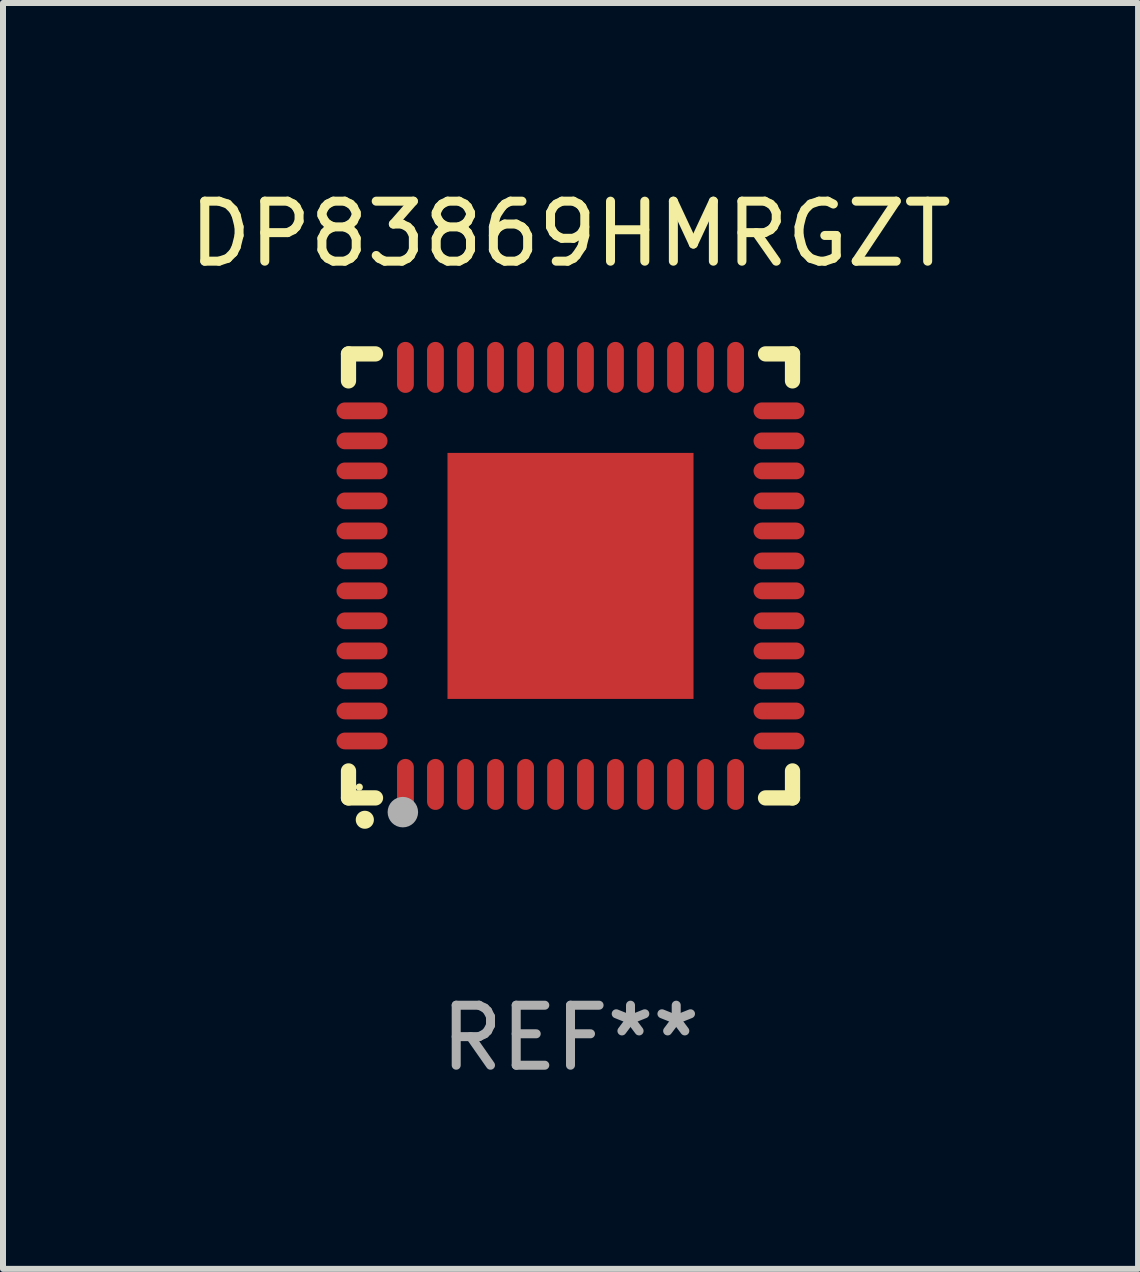
<source format=kicad_pcb>
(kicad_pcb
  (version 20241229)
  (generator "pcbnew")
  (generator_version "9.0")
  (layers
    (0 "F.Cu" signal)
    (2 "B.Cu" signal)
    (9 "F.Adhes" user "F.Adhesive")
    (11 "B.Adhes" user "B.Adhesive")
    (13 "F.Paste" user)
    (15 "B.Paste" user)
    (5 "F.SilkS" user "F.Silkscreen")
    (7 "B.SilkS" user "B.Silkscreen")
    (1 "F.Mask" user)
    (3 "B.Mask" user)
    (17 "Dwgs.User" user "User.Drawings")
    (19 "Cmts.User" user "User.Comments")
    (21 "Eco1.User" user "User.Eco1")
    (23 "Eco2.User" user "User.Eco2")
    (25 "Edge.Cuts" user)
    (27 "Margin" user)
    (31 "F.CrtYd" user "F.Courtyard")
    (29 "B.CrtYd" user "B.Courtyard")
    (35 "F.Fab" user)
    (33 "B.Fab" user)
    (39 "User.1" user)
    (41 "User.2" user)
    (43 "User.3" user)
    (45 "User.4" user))
  (footprint "DP83869HMRGZT"
    (layer "F.Cu")
    (at 6.458 6.548)
    (property "Reference" "DP83869HMRGZT" (at 0 -5.7 0) (layer "F.SilkS") (effects (font (size 1 1) (thickness 0.15))))
    (attr through_hole)
    (fp_line (start -3.7 -3.7) (end -3.25 -3.7) (stroke (width 0.254) (type solid)) (layer "F.SilkS"))
    (fp_line (start -3.7 -3.25) (end -3.7 -3.7) (stroke (width 0.254) (type solid)) (layer "F.SilkS"))
    (fp_line (start -3.7 3.7) (end -3.7 3.25) (stroke (width 0.254) (type solid)) (layer "F.SilkS"))
    (fp_line (start -3.25 3.7) (end -3.7 3.7) (stroke (width 0.254) (type solid)) (layer "F.SilkS"))
    (fp_line (start 3.25 3.7) (end 3.7 3.7) (stroke (width 0.254) (type solid)) (layer "F.SilkS"))
    (fp_line (start 3.7 -3.7) (end 3.25 -3.7) (stroke (width 0.254) (type solid)) (layer "F.SilkS"))
    (fp_line (start 3.7 -3.25) (end 3.7 -3.7) (stroke (width 0.254) (type solid)) (layer "F.SilkS"))
    (fp_line (start 3.7 3.7) (end 3.7 3.25) (stroke (width 0.254) (type solid)) (layer "F.SilkS"))
    (fp_arc (start -3.429108 4.06411) (mid -3.427838 4.064105) (end -3.426568 4.06411) (stroke (width 0.3) (type solid)) (layer "F.SilkS"))
    (fp_circle (center -3.52 3.52) (end -3.49 3.52) (stroke (width 0.06) (type solid)) (fill no) (layer "F.SilkS"))
    (fp_circle (center -2.794 3.937) (end -2.667 3.937) (stroke (width 0.254) (type solid)) (fill no) (layer "F.Fab"))
    (fp_text user "REF**" (at 0 7.7 0) (layer "F.Fab") (effects (font (size 1 1) (thickness 0.15))))
    (pad "1" smd oval (at -2.751 3.475) (size 0.28 0.85) (layers "F.Cu" "F.Mask" "F.Paste"))
    (pad "2" smd oval (at -2.251 3.475) (size 0.28 0.85) (layers "F.Cu" "F.Mask" "F.Paste"))
    (pad "3" smd oval (at -1.75 3.475) (size 0.28 0.85) (layers "F.Cu" "F.Mask" "F.Paste"))
    (pad "4" smd oval (at -1.25 3.475) (size 0.28 0.85) (layers "F.Cu" "F.Mask" "F.Paste"))
    (pad "5" smd oval (at -0.749 3.475) (size 0.28 0.85) (layers "F.Cu" "F.Mask" "F.Paste"))
    (pad "6" smd oval (at -0.249 3.475) (size 0.28 0.85) (layers "F.Cu" "F.Mask" "F.Paste"))
    (pad "7" smd oval (at 0.249 3.475) (size 0.28 0.85) (layers "F.Cu" "F.Mask" "F.Paste"))
    (pad "8" smd oval (at 0.749 3.475) (size 0.28 0.85) (layers "F.Cu" "F.Mask" "F.Paste"))
    (pad "9" smd oval (at 1.25 3.475) (size 0.28 0.85) (layers "F.Cu" "F.Mask" "F.Paste"))
    (pad "10" smd oval (at 1.75 3.475) (size 0.28 0.85) (layers "F.Cu" "F.Mask" "F.Paste"))
    (pad "11" smd oval (at 2.25 3.475) (size 0.28 0.85) (layers "F.Cu" "F.Mask" "F.Paste"))
    (pad "12" smd oval (at 2.751 3.475) (size 0.28 0.85) (layers "F.Cu" "F.Mask" "F.Paste"))
    (pad "13" smd oval (at 3.475 2.751) (size 0.85 0.28) (layers "F.Cu" "F.Mask" "F.Paste"))
    (pad "14" smd oval (at 3.475 2.251) (size 0.85 0.28) (layers "F.Cu" "F.Mask" "F.Paste"))
    (pad "15" smd oval (at 3.475 1.75) (size 0.85 0.28) (layers "F.Cu" "F.Mask" "F.Paste"))
    (pad "16" smd oval (at 3.475 1.25) (size 0.85 0.28) (layers "F.Cu" "F.Mask" "F.Paste"))
    (pad "17" smd oval (at 3.475 0.749) (size 0.85 0.28) (layers "F.Cu" "F.Mask" "F.Paste"))
    (pad "18" smd oval (at 3.475 0.249) (size 0.85 0.28) (layers "F.Cu" "F.Mask" "F.Paste"))
    (pad "19" smd oval (at 3.475 -0.249) (size 0.85 0.28) (layers "F.Cu" "F.Mask" "F.Paste"))
    (pad "20" smd oval (at 3.475 -0.749) (size 0.85 0.28) (layers "F.Cu" "F.Mask" "F.Paste"))
    (pad "21" smd oval (at 3.475 -1.25) (size 0.85 0.28) (layers "F.Cu" "F.Mask" "F.Paste"))
    (pad "22" smd oval (at 3.475 -1.75) (size 0.85 0.28) (layers "F.Cu" "F.Mask" "F.Paste"))
    (pad "23" smd oval (at 3.475 -2.25) (size 0.85 0.28) (layers "F.Cu" "F.Mask" "F.Paste"))
    (pad "24" smd oval (at 3.475 -2.751) (size 0.85 0.28) (layers "F.Cu" "F.Mask" "F.Paste"))
    (pad "25" smd oval (at 2.751 -3.475) (size 0.28 0.85) (layers "F.Cu" "F.Mask" "F.Paste"))
    (pad "26" smd oval (at 2.25 -3.475) (size 0.28 0.85) (layers "F.Cu" "F.Mask" "F.Paste"))
    (pad "27" smd oval (at 1.75 -3.475) (size 0.28 0.85) (layers "F.Cu" "F.Mask" "F.Paste"))
    (pad "28" smd oval (at 1.25 -3.475) (size 0.28 0.85) (layers "F.Cu" "F.Mask" "F.Paste"))
    (pad "29" smd oval (at 0.749 -3.475) (size 0.28 0.85) (layers "F.Cu" "F.Mask" "F.Paste"))
    (pad "30" smd oval (at 0.249 -3.475) (size 0.28 0.85) (layers "F.Cu" "F.Mask" "F.Paste"))
    (pad "31" smd oval (at -0.249 -3.475) (size 0.28 0.85) (layers "F.Cu" "F.Mask" "F.Paste"))
    (pad "32" smd oval (at -0.749 -3.475) (size 0.28 0.85) (layers "F.Cu" "F.Mask" "F.Paste"))
    (pad "33" smd oval (at -1.25 -3.475) (size 0.28 0.85) (layers "F.Cu" "F.Mask" "F.Paste"))
    (pad "34" smd oval (at -1.75 -3.475) (size 0.28 0.85) (layers "F.Cu" "F.Mask" "F.Paste"))
    (pad "35" smd oval (at -2.251 -3.475) (size 0.28 0.85) (layers "F.Cu" "F.Mask" "F.Paste"))
    (pad "36" smd oval (at -2.751 -3.475) (size 0.28 0.85) (layers "F.Cu" "F.Mask" "F.Paste"))
    (pad "37" smd oval (at -3.475 -2.751) (size 0.85 0.28) (layers "F.Cu" "F.Mask" "F.Paste"))
    (pad "38" smd oval (at -3.475 -2.25) (size 0.85 0.28) (layers "F.Cu" "F.Mask" "F.Paste"))
    (pad "39" smd oval (at -3.475 -1.75) (size 0.85 0.28) (layers "F.Cu" "F.Mask" "F.Paste"))
    (pad "40" smd oval (at -3.475 -1.25) (size 0.85 0.28) (layers "F.Cu" "F.Mask" "F.Paste"))
    (pad "41" smd oval (at -3.475 -0.749) (size 0.85 0.28) (layers "F.Cu" "F.Mask" "F.Paste"))
    (pad "42" smd oval (at -3.475 -0.249) (size 0.85 0.28) (layers "F.Cu" "F.Mask" "F.Paste"))
    (pad "43" smd oval (at -3.475 0.249) (size 0.85 0.28) (layers "F.Cu" "F.Mask" "F.Paste"))
    (pad "44" smd oval (at -3.475 0.749) (size 0.85 0.28) (layers "F.Cu" "F.Mask" "F.Paste"))
    (pad "45" smd oval (at -3.475 1.25) (size 0.85 0.28) (layers "F.Cu" "F.Mask" "F.Paste"))
    (pad "46" smd oval (at -3.475 1.75) (size 0.85 0.28) (layers "F.Cu" "F.Mask" "F.Paste"))
    (pad "47" smd oval (at -3.475 2.251) (size 0.85 0.28) (layers "F.Cu" "F.Mask" "F.Paste"))
    (pad "48" smd oval (at -3.475 2.751) (size 0.85 0.28) (layers "F.Cu" "F.Mask" "F.Paste"))
    (pad "49" smd rect (at -0.000102 0.000102) (size 4.1 4.1) (layers "F.Cu" "F.Mask" "F.Paste")))
  (gr_rect
    (start -3 -3)
    (end 15.917 18.097)
    (stroke (width 0.1) (type default))
    (fill no)
    (layer "Edge.Cuts")))
</source>
